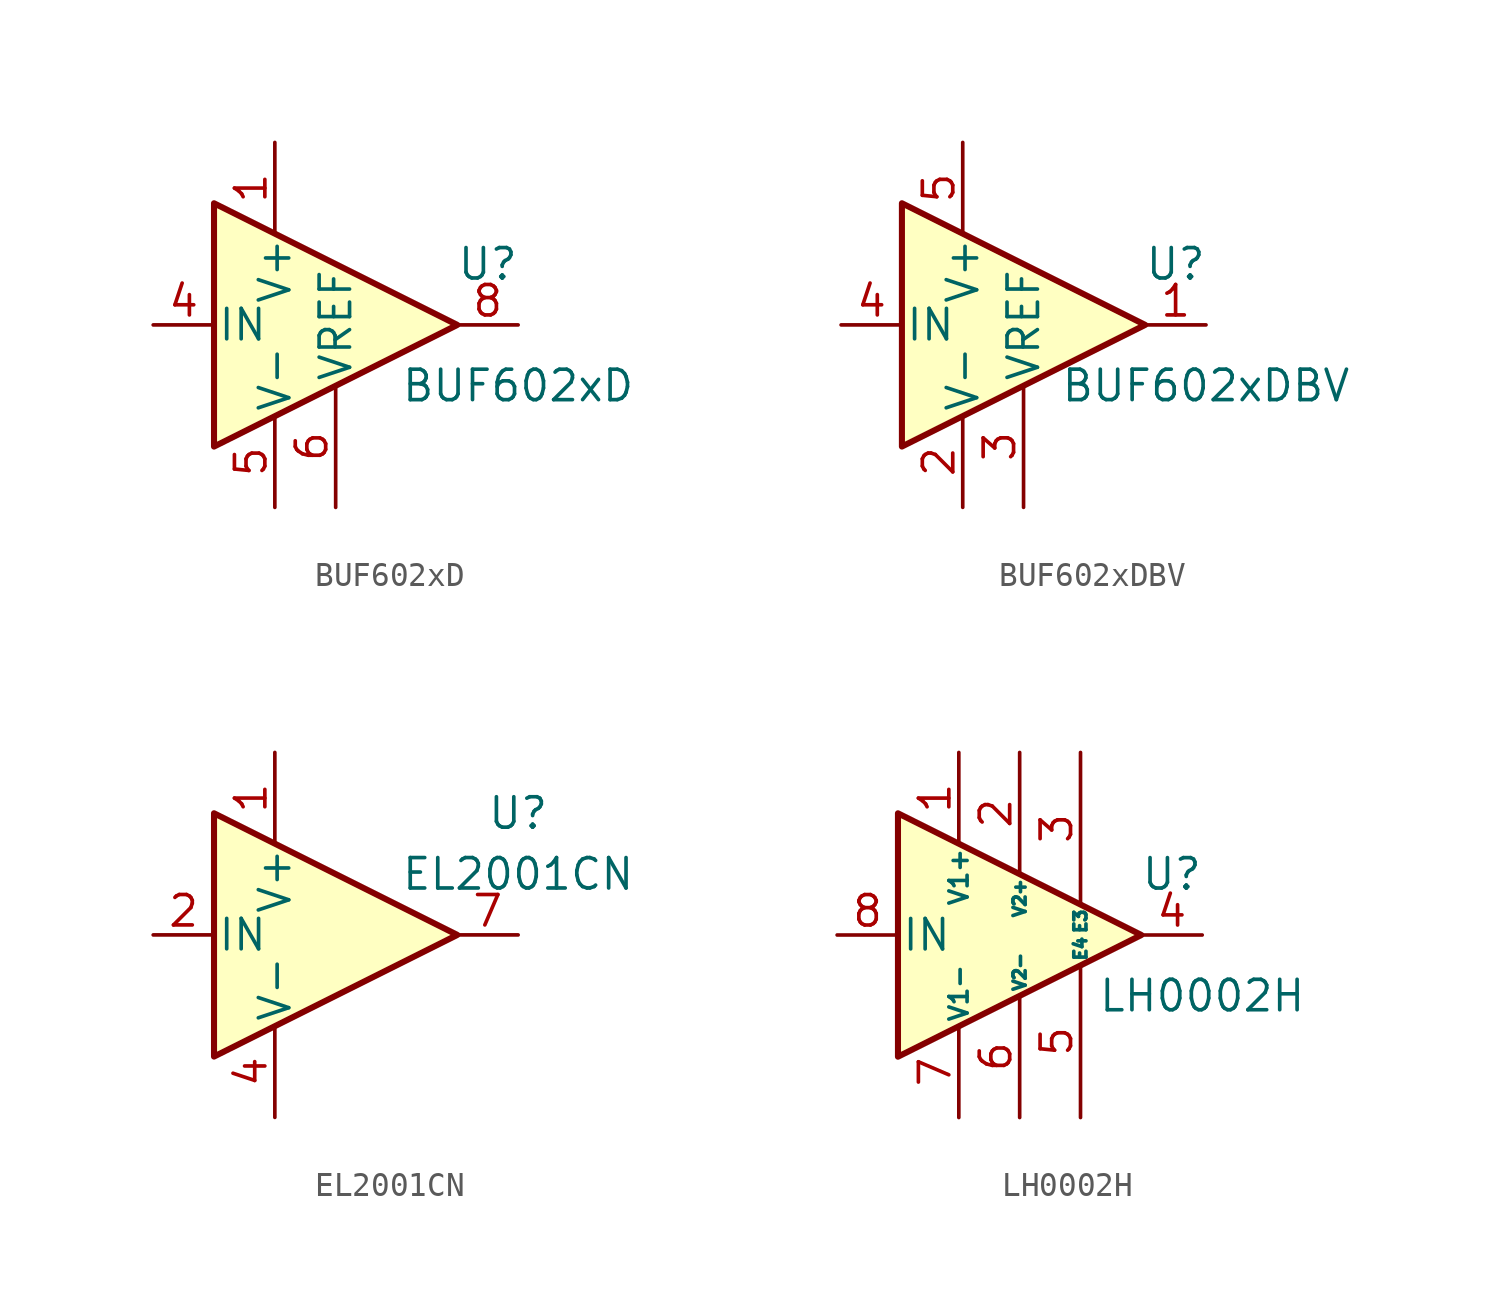
<source format=kicad_sym>
(kicad_symbol_lib
  (version 20220914)
  (generator kicad_symbol_editor)
  (symbol "BUF602xD"
    (pin_names
      (offset 0.127))
    (property "Reference" "U"
      (at 6.35 2.54 0)
      (effects (font (size 1.27 1.27))))
    (property "Value" "BUF602xD"
      (at 7.62 -2.54 0)
      (effects (font (size 1.27 1.27))))
    (symbol "BUF602xD_0_1"
      (polyline (pts (xy 5.08 0) (xy -5.08 5.08) (xy -5.08 -5.08) (xy 5.08 0)) (stroke (width 0.254) (type default)) (fill (type background))))
    (symbol "BUF602xD_1_1"
      (pin power_in line (at -2.54 7.62 270) (length 3.81) (name "V+" (effects (font (size 1.27 1.27)))) (number "1" (effects (font (size 1.27 1.27)))))
      (pin no_connect line (at -5.08 5.08 0) (length 2.54) hide (name "NC" (effects (font (size 1.27 1.27)))) (number "2" (effects (font (size 1.27 1.27)))))
      (pin no_connect line (at -5.08 2.54 0) (length 2.54) hide (name "NC" (effects (font (size 1.27 1.27)))) (number "3" (effects (font (size 1.27 1.27)))))
      (pin input line (at -7.62 0 0) (length 2.54) (name "IN" (effects (font (size 1.27 1.27)))) (number "4" (effects (font (size 1.27 1.27)))))
      (pin power_in line (at -2.54 -7.62 90) (length 3.81) (name "V-" (effects (font (size 1.27 1.27)))) (number "5" (effects (font (size 1.27 1.27)))))
      (pin output line (at 0 -7.62 90) (length 5.08) (name "VREF" (effects (font (size 1.27 1.27)))) (number "6" (effects (font (size 1.27 1.27)))))
      (pin no_connect line (at -5.08 -2.54 0) (length 2.54) hide (name "NC" (effects (font (size 1.27 1.27)))) (number "7" (effects (font (size 1.27 1.27)))))
      (pin output line (at 7.62 0 180) (length 2.54) (name "~" (effects (font (size 1.27 1.27)))) (number "8" (effects (font (size 1.27 1.27)))))))
  (symbol "BUF602xDBV"
    (pin_names
      (offset 0.127))
    (property "Reference" "U"
      (at 6.35 2.54 0)
      (effects (font (size 1.27 1.27))))
    (property "Value" "BUF602xDBV"
      (at 7.62 -2.54 0)
      (effects (font (size 1.27 1.27))))
    (symbol "BUF602xDBV_0_1"
      (polyline (pts (xy 5.08 0) (xy -5.08 5.08) (xy -5.08 -5.08) (xy 5.08 0)) (stroke (width 0.254) (type default)) (fill (type background))))
    (symbol "BUF602xDBV_1_1"
      (pin output line (at 7.62 0 180) (length 2.54) (name "~" (effects (font (size 1.27 1.27)))) (number "1" (effects (font (size 1.27 1.27)))))
      (pin power_in line (at -2.54 -7.62 90) (length 3.81) (name "V-" (effects (font (size 1.27 1.27)))) (number "2" (effects (font (size 1.27 1.27)))))
      (pin output line (at 0 -7.62 90) (length 5.08) (name "VREF" (effects (font (size 1.27 1.27)))) (number "3" (effects (font (size 1.27 1.27)))))
      (pin input line (at -7.62 0 0) (length 2.54) (name "IN" (effects (font (size 1.27 1.27)))) (number "4" (effects (font (size 1.27 1.27)))))
      (pin power_in line (at -2.54 7.62 270) (length 3.81) (name "V+" (effects (font (size 1.27 1.27)))) (number "5" (effects (font (size 1.27 1.27)))))))
  (symbol "EL2001CN"
    (pin_names
      (offset 0.127))
    (property "Reference" "U"
      (at 7.62 5.08 0)
      (effects (font (size 1.27 1.27))))
    (property "Value" "EL2001CN"
      (at 7.62 2.54 0)
      (effects (font (size 1.27 1.27))))
    (symbol "EL2001CN_0_1"
      (polyline (pts (xy 5.08 0) (xy -5.08 5.08) (xy -5.08 -5.08) (xy 5.08 0)) (stroke (width 0.254) (type default)) (fill (type background))))
    (symbol "EL2001CN_1_1"
      (pin power_in line (at -2.54 7.62 270) (length 3.81) (name "V+" (effects (font (size 1.27 1.27)))) (number "1" (effects (font (size 1.27 1.27)))))
      (pin input line (at -7.62 0 0) (length 2.54) (name "IN" (effects (font (size 1.27 1.27)))) (number "2" (effects (font (size 1.27 1.27)))))
      (pin no_connect line (at -5.08 2.54 0) (length 2.54) hide (name "NC" (effects (font (size 1.27 1.27)))) (number "3" (effects (font (size 1.27 1.27)))))
      (pin power_in line (at -2.54 -7.62 90) (length 3.81) (name "V-" (effects (font (size 1.27 1.27)))) (number "4" (effects (font (size 1.27 1.27)))))
      (pin no_connect line (at -5.08 -2.54 0) (length 2.54) hide (name "NC" (effects (font (size 1.27 1.27)))) (number "5" (effects (font (size 1.27 1.27)))))
      (pin no_connect line (at -5.08 -5.08 0) (length 2.54) hide (name "NC" (effects (font (size 1.27 1.27)))) (number "6" (effects (font (size 1.27 1.27)))))
      (pin output line (at 7.62 0 180) (length 2.54) (name "~" (effects (font (size 1.27 1.27)))) (number "7" (effects (font (size 1.27 1.27)))))
      (pin no_connect line (at -5.08 5.08 0) (length 2.54) hide (name "NC" (effects (font (size 1.27 1.27)))) (number "8" (effects (font (size 1.27 1.27)))))))
  (symbol "LH0002H"
    (pin_names
      (offset 0.127))
    (property "Reference" "U"
      (at 6.35 2.54 0)
      (effects (font (size 1.27 1.27))))
    (property "Value" "LH0002H"
      (at 7.62 -2.54 0)
      (effects (font (size 1.27 1.27))))
    (symbol "LH0002H_0_1"
      (polyline (pts (xy 5.08 0) (xy -5.08 5.08) (xy -5.08 -5.08) (xy 5.08 0)) (stroke (width 0.254) (type default)) (fill (type background))))
    (symbol "LH0002H_1_1"
      (pin power_in line (at -2.54 7.62 270) (length 3.81) (name "V1+" (effects (font (size 0.762 0.762)))) (number "1" (effects (font (size 1.27 1.27)))))
      (pin power_in line (at 0 7.62 270) (length 5.08) (name "V2+" (effects (font (size 0.508 0.508)))) (number "2" (effects (font (size 1.27 1.27)))))
      (pin passive line (at 2.54 7.62 270) (length 6.35) (name "E3" (effects (font (size 0.508 0.508)))) (number "3" (effects (font (size 1.27 1.27)))))
      (pin output line (at 7.62 0 180) (length 2.54) (name "~" (effects (font (size 1.27 1.27)))) (number "4" (effects (font (size 1.27 1.27)))))
      (pin passive line (at 2.54 -7.62 90) (length 6.35) (name "E4" (effects (font (size 0.508 0.508)))) (number "5" (effects (font (size 1.27 1.27)))))
      (pin power_in line (at 0 -7.62 90) (length 5.08) (name "V2-" (effects (font (size 0.508 0.508)))) (number "6" (effects (font (size 1.27 1.27)))))
      (pin power_in line (at -2.54 -7.62 90) (length 3.81) (name "V1-" (effects (font (size 0.762 0.762)))) (number "7" (effects (font (size 1.27 1.27)))))
      (pin input line (at -7.62 0 0) (length 2.54) (name "IN" (effects (font (size 1.27 1.27)))) (number "8" (effects (font (size 1.27 1.27))))))))
</source>
